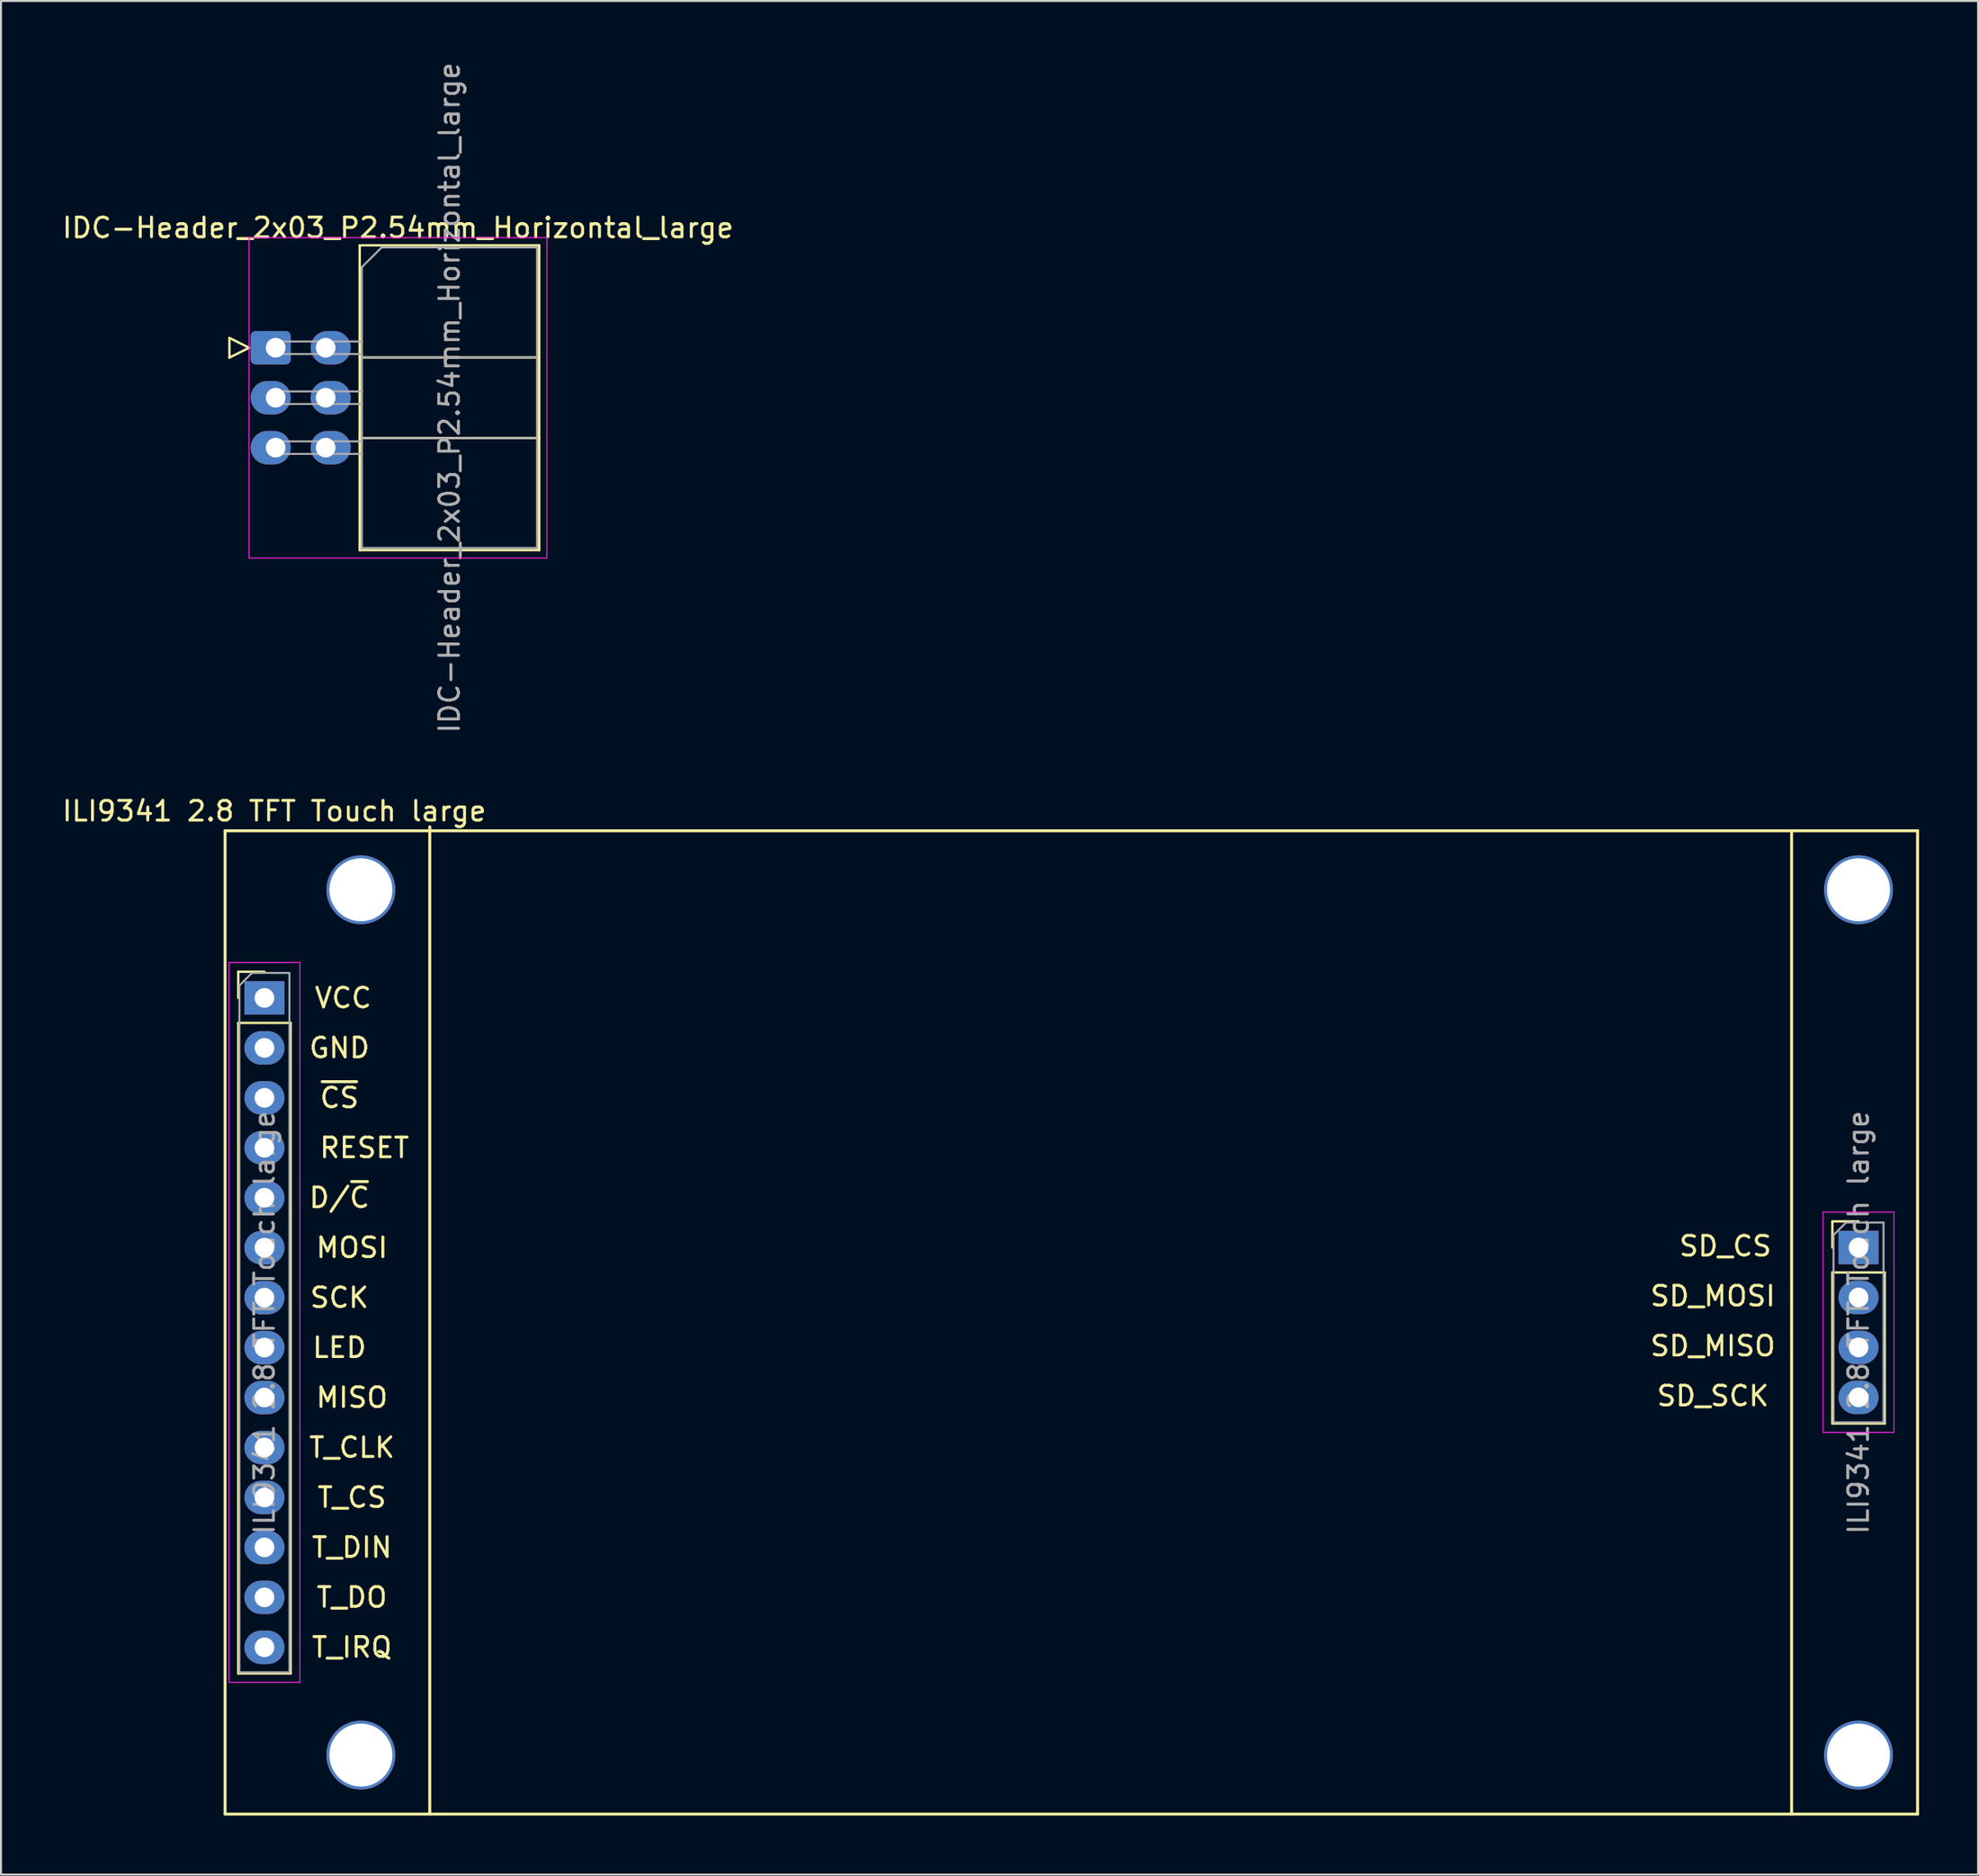
<source format=kicad_pcb>
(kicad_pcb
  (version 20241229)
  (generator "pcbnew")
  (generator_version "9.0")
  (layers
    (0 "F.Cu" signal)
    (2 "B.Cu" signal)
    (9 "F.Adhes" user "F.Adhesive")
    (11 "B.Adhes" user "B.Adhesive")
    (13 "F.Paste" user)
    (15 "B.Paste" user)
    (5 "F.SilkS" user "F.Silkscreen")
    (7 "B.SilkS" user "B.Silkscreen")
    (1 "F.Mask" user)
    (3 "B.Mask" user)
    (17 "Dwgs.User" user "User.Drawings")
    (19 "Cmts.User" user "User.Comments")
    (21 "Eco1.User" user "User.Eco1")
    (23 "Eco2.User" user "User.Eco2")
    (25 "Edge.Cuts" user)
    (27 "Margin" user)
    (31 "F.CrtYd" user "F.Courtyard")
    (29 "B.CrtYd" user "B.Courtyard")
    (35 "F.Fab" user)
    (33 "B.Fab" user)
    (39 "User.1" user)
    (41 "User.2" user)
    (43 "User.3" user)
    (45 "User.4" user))
  (footprint "IDC-Header_2x03_P2.54mm_Horizontal_large"
    (layer "F.Cu")
    (at 10.958 14.633)
    (property "Reference" "IDC-Header_2x03_P2.54mm_Horizontal_large" (at 6.215 -6.1 0) (layer "F.SilkS") (effects (font (size 1 1) (thickness 0.15))))
    (attr through_hole)
    (fp_line (start -2.35 -0.5) (end -2.35 0.5) (stroke (width 0.12) (type solid)) (layer "F.SilkS"))
    (fp_line (start -2.35 0.5) (end -1.35 0) (stroke (width 0.12) (type solid)) (layer "F.SilkS"))
    (fp_line (start -1.35 0) (end -2.35 -0.5) (stroke (width 0.12) (type solid)) (layer "F.SilkS"))
    (fp_line (start 4.27 -5.21) (end 13.39 -5.21) (stroke (width 0.12) (type solid)) (layer "F.SilkS"))
    (fp_line (start 4.27 0.49) (end 13.39 0.49) (stroke (width 0.12) (type solid)) (layer "F.SilkS"))
    (fp_line (start 4.27 4.59) (end 13.39 4.59) (stroke (width 0.12) (type solid)) (layer "F.SilkS"))
    (fp_line (start 4.27 10.29) (end 4.27 -5.21) (stroke (width 0.12) (type solid)) (layer "F.SilkS"))
    (fp_line (start 13.39 -5.21) (end 13.39 10.29) (stroke (width 0.12) (type solid)) (layer "F.SilkS"))
    (fp_line (start 13.39 10.29) (end 4.27 10.29) (stroke (width 0.12) (type solid)) (layer "F.SilkS"))
    (fp_line (start -1.35 -5.6) (end -1.35 10.69) (stroke (width 0.05) (type solid)) (layer "F.CrtYd"))
    (fp_line (start -1.35 10.69) (end 13.78 10.69) (stroke (width 0.05) (type solid)) (layer "F.CrtYd"))
    (fp_line (start 13.78 -5.6) (end -1.35 -5.6) (stroke (width 0.05) (type solid)) (layer "F.CrtYd"))
    (fp_line (start 13.78 10.69) (end 13.78 -5.6) (stroke (width 0.05) (type solid)) (layer "F.CrtYd"))
    (fp_line (start -0.32 -0.32) (end -0.32 0.32) (stroke (width 0.1) (type solid)) (layer "F.Fab"))
    (fp_line (start -0.32 0.32) (end 4.38 0.32) (stroke (width 0.1) (type solid)) (layer "F.Fab"))
    (fp_line (start -0.32 2.22) (end -0.32 2.86) (stroke (width 0.1) (type solid)) (layer "F.Fab"))
    (fp_line (start -0.32 2.86) (end 4.38 2.86) (stroke (width 0.1) (type solid)) (layer "F.Fab"))
    (fp_line (start -0.32 4.76) (end -0.32 5.4) (stroke (width 0.1) (type solid)) (layer "F.Fab"))
    (fp_line (start -0.32 5.4) (end 4.38 5.4) (stroke (width 0.1) (type solid)) (layer "F.Fab"))
    (fp_line (start 4.38 -4.1) (end 5.38 -5.1) (stroke (width 0.1) (type solid)) (layer "F.Fab"))
    (fp_line (start 4.38 -0.32) (end -0.32 -0.32) (stroke (width 0.1) (type solid)) (layer "F.Fab"))
    (fp_line (start 4.38 0.49) (end 13.28 0.49) (stroke (width 0.1) (type solid)) (layer "F.Fab"))
    (fp_line (start 4.38 2.22) (end -0.32 2.22) (stroke (width 0.1) (type solid)) (layer "F.Fab"))
    (fp_line (start 4.38 4.59) (end 13.28 4.59) (stroke (width 0.1) (type solid)) (layer "F.Fab"))
    (fp_line (start 4.38 4.76) (end -0.32 4.76) (stroke (width 0.1) (type solid)) (layer "F.Fab"))
    (fp_line (start 4.38 10.18) (end 4.38 -4.1) (stroke (width 0.1) (type solid)) (layer "F.Fab"))
    (fp_line (start 5.38 -5.1) (end 13.28 -5.1) (stroke (width 0.1) (type solid)) (layer "F.Fab"))
    (fp_line (start 13.28 -5.1) (end 13.28 10.18) (stroke (width 0.1) (type solid)) (layer "F.Fab"))
    (fp_line (start 13.28 10.18) (end 4.38 10.18) (stroke (width 0.1) (type solid)) (layer "F.Fab"))
    (fp_text user "${REFERENCE}" (at 8.83 2.54 90) (layer "F.Fab") (effects (font (size 1 1) (thickness 0.15))))
    (pad "1" thru_hole roundrect (at 0 0) (size 2.032 1.7) (drill 1 (offset -0.254 0)) (layers "*.Cu" "*.Mask") (roundrect_rratio 0.147))
    (pad "2" thru_hole oval (at 2.54 0) (size 2.032 1.7) (drill 1 (offset 0.254 0)) (layers "*.Cu" "*.Mask"))
    (pad "3" thru_hole oval (at 0 2.54) (size 2.032 1.7) (drill 1 (offset -0.254 0)) (layers "*.Cu" "*.Mask"))
    (pad "4" thru_hole oval (at 2.54 2.54) (size 2.032 1.7) (drill 1 (offset 0.254 0)) (layers "*.Cu" "*.Mask"))
    (pad "5" thru_hole oval (at 0 5.08) (size 2.032 1.7) (drill 1 (offset -0.254 0)) (layers "*.Cu" "*.Mask"))
    (pad "6" thru_hole oval (at 2.54 5.08) (size 2.032 1.7) (drill 1 (offset 0.254 0)) (layers "*.Cu" "*.Mask")))
  (footprint "ILI9341 2.8 TFT Touch large"
    (layer "F.Cu")
    (at 10.387 47.693)
    (property "Reference" "ILI9341 2.8 TFT Touch large" (at 0.5 -9.5 0) (layer "F.SilkS") (effects (font (size 1 1) (thickness 0.15))))
    (attr through_hole)
    (fp_line (start -2 -8.5) (end 84 -8.5) (stroke (width 0.15) (type solid)) (layer "F.SilkS"))
    (fp_line (start -2 41.5) (end -2 -8.5) (stroke (width 0.15) (type solid)) (layer "F.SilkS"))
    (fp_line (start -1.33 -1.33) (end 0 -1.33) (stroke (width 0.12) (type solid)) (layer "F.SilkS"))
    (fp_line (start -1.33 0) (end -1.33 -1.33) (stroke (width 0.12) (type solid)) (layer "F.SilkS"))
    (fp_line (start -1.33 1.27) (end -1.33 34.35) (stroke (width 0.12) (type solid)) (layer "F.SilkS"))
    (fp_line (start -1.33 1.27) (end 1.33 1.27) (stroke (width 0.12) (type solid)) (layer "F.SilkS"))
    (fp_line (start -1.33 34.35) (end 1.33 34.35) (stroke (width 0.12) (type solid)) (layer "F.SilkS"))
    (fp_line (start 1.33 1.27) (end 1.33 34.35) (stroke (width 0.12) (type solid)) (layer "F.SilkS"))
    (fp_line (start 8.4 -8.7) (end 8.4 41.5) (stroke (width 0.15) (type solid)) (layer "F.SilkS"))
    (fp_line (start 77.6 -8.5) (end 77.6 41.5) (stroke (width 0.15) (type solid)) (layer "F.SilkS"))
    (fp_line (start 79.67 11.36) (end 81 11.36) (stroke (width 0.12) (type solid)) (layer "F.SilkS"))
    (fp_line (start 79.67 12.69) (end 79.67 11.36) (stroke (width 0.12) (type solid)) (layer "F.SilkS"))
    (fp_line (start 79.67 13.96) (end 79.67 21.64) (stroke (width 0.12) (type solid)) (layer "F.SilkS"))
    (fp_line (start 79.67 13.96) (end 82.33 13.96) (stroke (width 0.12) (type solid)) (layer "F.SilkS"))
    (fp_line (start 79.67 21.64) (end 82.33 21.64) (stroke (width 0.12) (type solid)) (layer "F.SilkS"))
    (fp_line (start 82.33 13.96) (end 82.33 21.64) (stroke (width 0.12) (type solid)) (layer "F.SilkS"))
    (fp_line (start 84 -8.5) (end 84 41.5) (stroke (width 0.15) (type solid)) (layer "F.SilkS"))
    (fp_line (start 84 41.5) (end -2 41.5) (stroke (width 0.15) (type solid)) (layer "F.SilkS"))
    (fp_line (start -1.8 -1.8) (end -1.8 34.8) (stroke (width 0.05) (type solid)) (layer "F.CrtYd"))
    (fp_line (start -1.8 34.8) (end 1.8 34.8) (stroke (width 0.05) (type solid)) (layer "F.CrtYd"))
    (fp_line (start 1.8 -1.8) (end -1.8 -1.8) (stroke (width 0.05) (type solid)) (layer "F.CrtYd"))
    (fp_line (start 1.8 34.8) (end 1.8 -1.8) (stroke (width 0.05) (type solid)) (layer "F.CrtYd"))
    (fp_line (start 79.2 10.89) (end 79.2 22.09) (stroke (width 0.05) (type solid)) (layer "F.CrtYd"))
    (fp_line (start 79.2 22.09) (end 82.8 22.09) (stroke (width 0.05) (type solid)) (layer "F.CrtYd"))
    (fp_line (start 82.8 10.89) (end 79.2 10.89) (stroke (width 0.05) (type solid)) (layer "F.CrtYd"))
    (fp_line (start 82.8 22.09) (end 82.8 10.89) (stroke (width 0.05) (type solid)) (layer "F.CrtYd"))
    (fp_line (start -1.27 -0.635) (end -0.635 -1.27) (stroke (width 0.1) (type solid)) (layer "F.Fab"))
    (fp_line (start -1.27 34.29) (end -1.27 -0.635) (stroke (width 0.1) (type solid)) (layer "F.Fab"))
    (fp_line (start -0.635 -1.27) (end 1.27 -1.27) (stroke (width 0.1) (type solid)) (layer "F.Fab"))
    (fp_line (start 1.27 -1.27) (end 1.27 34.29) (stroke (width 0.1) (type solid)) (layer "F.Fab"))
    (fp_line (start 1.27 34.29) (end -1.27 34.29) (stroke (width 0.1) (type solid)) (layer "F.Fab"))
    (fp_line (start 79.73 12.055) (end 80.365 11.42) (stroke (width 0.1) (type solid)) (layer "F.Fab"))
    (fp_line (start 79.73 21.58) (end 79.73 12.055) (stroke (width 0.1) (type solid)) (layer "F.Fab"))
    (fp_line (start 80.365 11.42) (end 82.27 11.42) (stroke (width 0.1) (type solid)) (layer "F.Fab"))
    (fp_line (start 82.27 11.42) (end 82.27 21.58) (stroke (width 0.1) (type solid)) (layer "F.Fab"))
    (fp_line (start 82.27 21.58) (end 79.73 21.58) (stroke (width 0.1) (type solid)) (layer "F.Fab"))
    (fp_text user "LED" (at 3.81 17.78 0) (unlocked yes) (layer "F.SilkS") (effects (font (size 1 1) (thickness 0.15))))
    (fp_text user "T_IRQ" (at 4.445 33.02 0) (unlocked yes) (layer "F.SilkS") (effects (font (size 1 1) (thickness 0.15))))
    (fp_text user "T_CLK" (at 4.445 22.86 0) (unlocked yes) (layer "F.SilkS") (effects (font (size 1 1) (thickness 0.15))))
    (fp_text user "SD_MISO" (at 73.6 17.7 0) (unlocked yes) (layer "F.SilkS") (effects (font (size 1 1) (thickness 0.15))))
    (fp_text user "RESET" (at 5.08 7.62 0) (unlocked yes) (layer "F.SilkS") (effects (font (size 1 1) (thickness 0.15))))
    (fp_text user "VCC" (at 4 0 0) (unlocked yes) (layer "F.SilkS") (effects (font (size 1 1) (thickness 0.15))))
    (fp_text user "T_DO" (at 4.445 30.48 0) (unlocked yes) (layer "F.SilkS") (effects (font (size 1 1) (thickness 0.15))))
    (fp_text user "SCK" (at 3.81 15.24 0) (unlocked yes) (layer "F.SilkS") (effects (font (size 1 1) (thickness 0.15))))
    (fp_text user "SD_CS" (at 74.235 12.62 0) (unlocked yes) (layer "F.SilkS") (effects (font (size 1 1) (thickness 0.15))))
    (fp_text user "T_DIN" (at 4.445 27.94 0) (unlocked yes) (layer "F.SilkS") (effects (font (size 1 1) (thickness 0.15))))
    (fp_text user "SD_MOSI" (at 73.6 15.16 0) (unlocked yes) (layer "F.SilkS") (effects (font (size 1 1) (thickness 0.15))))
    (fp_text user "MISO" (at 4.445 20.32 0) (unlocked yes) (layer "F.SilkS") (effects (font (size 1 1) (thickness 0.15))))
    (fp_text user "SD_SCK" (at 73.6 20.24 0) (unlocked yes) (layer "F.SilkS") (effects (font (size 1 1) (thickness 0.15))))
    (fp_text user "T_CS" (at 4.445 25.4 0) (unlocked yes) (layer "F.SilkS") (effects (font (size 1 1) (thickness 0.15))))
    (fp_text user "MOSI" (at 4.445 12.7 0) (unlocked yes) (layer "F.SilkS") (effects (font (size 1 1) (thickness 0.15))))
    (fp_text user "GND" (at 3.81 2.54 0) (unlocked yes) (layer "F.SilkS") (effects (font (size 1 1) (thickness 0.15))))
    (fp_text user "D/~{C}" (at 3.81 10.16 0) (unlocked yes) (layer "F.SilkS") (effects (font (size 1 1) (thickness 0.15))))
    (fp_text user "~{CS}" (at 3.81 5.08 0) (unlocked yes) (layer "F.SilkS") (effects (font (size 1 1) (thickness 0.15))))
    (fp_text user "${REFERENCE}" (at 0 16.51 90) (layer "F.Fab") (effects (font (size 1 1) (thickness 0.15))))
    (fp_text user "${REFERENCE}" (at 81 16.5 90) (layer "F.Fab") (effects (font (size 1 1) (thickness 0.15))))
    (pad "" np_thru_hole circle (at 4.9 -5.5) (size 3.5 3.5) (drill 3.2) (layers "*.Cu" "*.Mask"))
    (pad "" np_thru_hole circle (at 4.9 38.5) (size 3.5 3.5) (drill 3.2) (layers "*.Cu" "*.Mask"))
    (pad "" np_thru_hole circle (at 81 -5.5) (size 3.5 3.5) (drill 3.2) (layers "*.Cu" "*.Mask"))
    (pad "" np_thru_hole circle (at 81 38.5) (size 3.5 3.5) (drill 3.2) (layers "*.Cu" "*.Mask"))
    (pad "1" thru_hole rect (at 0 0) (size 2.032 1.7) (drill 1) (layers "*.Cu" "*.Mask"))
    (pad "2" thru_hole oval (at 0 2.54) (size 2.032 1.7) (drill 1) (layers "*.Cu" "*.Mask"))
    (pad "3" thru_hole oval (at 0 5.08) (size 2.032 1.7) (drill 1) (layers "*.Cu" "*.Mask"))
    (pad "4" thru_hole oval (at 0 7.62) (size 2.032 1.7) (drill 1) (layers "*.Cu" "*.Mask"))
    (pad "5" thru_hole oval (at 0 10.16) (size 2.032 1.7) (drill 1) (layers "*.Cu" "*.Mask"))
    (pad "6" thru_hole oval (at 0 12.7) (size 2.032 1.7) (drill 1) (layers "*.Cu" "*.Mask"))
    (pad "7" thru_hole oval (at 0 15.24) (size 2.032 1.7) (drill 1) (layers "*.Cu" "*.Mask"))
    (pad "8" thru_hole oval (at 0 17.78) (size 2.032 1.7) (drill 1) (layers "*.Cu" "*.Mask"))
    (pad "9" thru_hole oval (at 0 20.32) (size 2.032 1.7) (drill 1) (layers "*.Cu" "*.Mask"))
    (pad "10" thru_hole oval (at 0 22.86) (size 2.032 1.7) (drill 1) (layers "*.Cu" "*.Mask"))
    (pad "11" thru_hole oval (at 0 25.4) (size 2.032 1.7) (drill 1) (layers "*.Cu" "*.Mask"))
    (pad "12" thru_hole oval (at 0 27.94) (size 2.032 1.7) (drill 1) (layers "*.Cu" "*.Mask"))
    (pad "13" thru_hole oval (at 0 30.48) (size 2.032 1.7) (drill 1) (layers "*.Cu" "*.Mask"))
    (pad "14" thru_hole oval (at 0 33.02) (size 2.032 1.7) (drill 1) (layers "*.Cu" "*.Mask"))
    (pad "15" thru_hole rect (at 81 12.69) (size 2.032 1.7) (drill 1) (layers "*.Cu" "*.Mask"))
    (pad "16" thru_hole oval (at 81 15.23) (size 2.032 1.7) (drill 1) (layers "*.Cu" "*.Mask"))
    (pad "17" thru_hole oval (at 81 17.77) (size 2.032 1.7) (drill 1) (layers "*.Cu" "*.Mask"))
    (pad "18" thru_hole oval (at 81 20.31) (size 2.032 1.7) (drill 1) (layers "*.Cu" "*.Mask")))
  (gr_rect
    (start -3 -3)
    (end 97.462 92.268)
    (stroke (width 0.1) (type default))
    (fill no)
    (layer "Edge.Cuts")))
</source>
